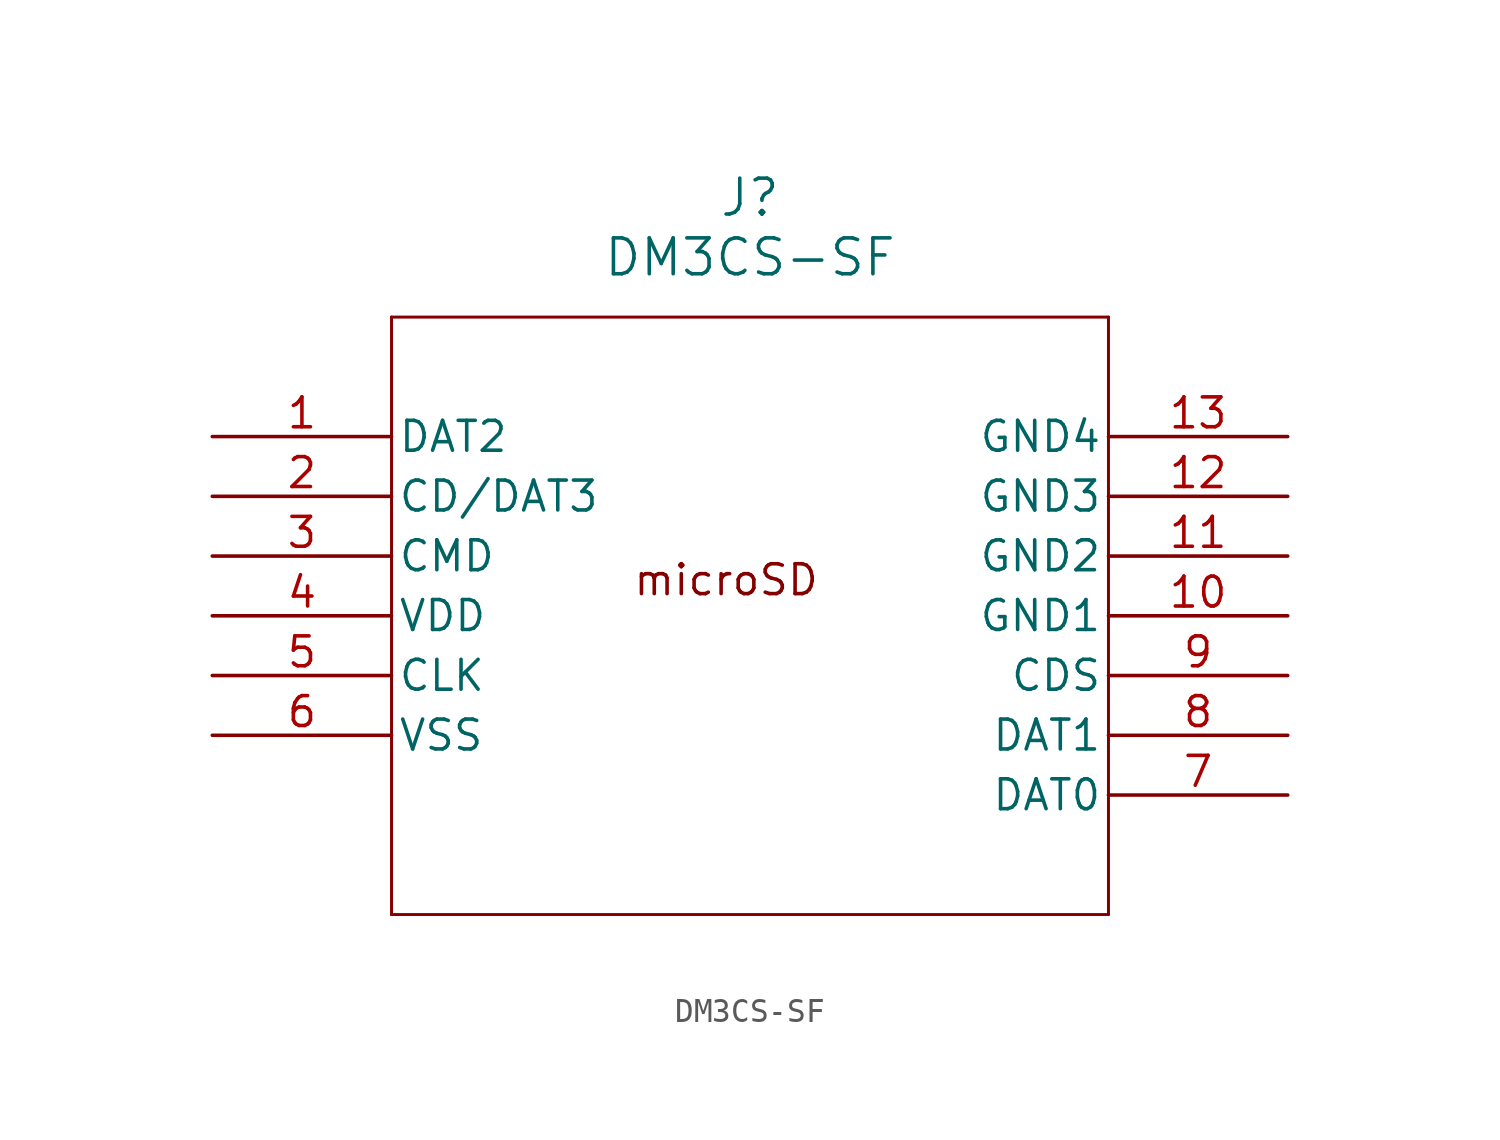
<source format=kicad_sym>
(kicad_symbol_lib
  (version 20231120)
  (generator "kicad_symbol_editor")
  (generator_version "8.0")
  (symbol "DM3CS-SF"
    (pin_names
      (offset 0.254))
    (property "Reference" "J"
      (at 22.86 10.16 0)
      (effects (font (size 1.524 1.524))))
    (property "Value" "DM3CS-SF"
      (at 22.86 7.62 0)
      (effects (font (size 1.524 1.524))))
    (property "ki_locked" ""
      (at 0 0 0)
      (effects (font (size 1.27 1.27))))
    (symbol "DM3CS-SF_0_1"
      (polyline (pts (xy 7.62 -20.32) (xy 38.1 -20.32)) (stroke (width 0.127) (type default)) (fill (type none)))
      (polyline (pts (xy 7.62 5.08) (xy 7.62 -20.32)) (stroke (width 0.127) (type default)) (fill (type none)))
      (polyline (pts (xy 38.1 -20.32) (xy 38.1 5.08)) (stroke (width 0.127) (type default)) (fill (type none)))
      (polyline (pts (xy 38.1 5.08) (xy 7.62 5.08)) (stroke (width 0.127) (type default)) (fill (type none)))
      (pin bidirectional line (at 0 0 0) (length 7.62) (name "DAT2" (effects (font (size 1.27 1.27)))) (number "1" (effects (font (size 1.27 1.27)))))
      (pin power_out line (at 45.72 -7.62 180) (length 7.62) (name "GND1" (effects (font (size 1.27 1.27)))) (number "10" (effects (font (size 1.27 1.27)))))
      (pin power_out line (at 45.72 -5.08 180) (length 7.62) (name "GND2" (effects (font (size 1.27 1.27)))) (number "11" (effects (font (size 1.27 1.27)))))
      (pin power_out line (at 45.72 -2.54 180) (length 7.62) (name "GND3" (effects (font (size 1.27 1.27)))) (number "12" (effects (font (size 1.27 1.27)))))
      (pin power_out line (at 45.72 0 180) (length 7.62) (name "GND4" (effects (font (size 1.27 1.27)))) (number "13" (effects (font (size 1.27 1.27)))))
      (pin unspecified line (at 0 -2.54 0) (length 7.62) (name "CD/DAT3" (effects (font (size 1.27 1.27)))) (number "2" (effects (font (size 1.27 1.27)))))
      (pin unspecified line (at 0 -5.08 0) (length 7.62) (name "CMD" (effects (font (size 1.27 1.27)))) (number "3" (effects (font (size 1.27 1.27)))))
      (pin power_in line (at 0 -7.62 0) (length 7.62) (name "VDD" (effects (font (size 1.27 1.27)))) (number "4" (effects (font (size 1.27 1.27)))))
      (pin unspecified line (at 0 -10.16 0) (length 7.62) (name "CLK" (effects (font (size 1.27 1.27)))) (number "5" (effects (font (size 1.27 1.27)))))
      (pin power_out line (at 0 -12.7 0) (length 7.62) (name "VSS" (effects (font (size 1.27 1.27)))) (number "6" (effects (font (size 1.27 1.27)))))
      (pin bidirectional line (at 45.72 -15.24 180) (length 7.62) (name "DAT0" (effects (font (size 1.27 1.27)))) (number "7" (effects (font (size 1.27 1.27)))))
      (pin bidirectional line (at 45.72 -12.7 180) (length 7.62) (name "DAT1" (effects (font (size 1.27 1.27)))) (number "8" (effects (font (size 1.27 1.27)))))
      (pin unspecified line (at 45.72 -10.16 180) (length 7.62) (name "CDS" (effects (font (size 1.27 1.27)))) (number "9" (effects (font (size 1.27 1.27))))))
    (symbol "DM3CS-SF_1_1"
      (text "microSD\n" (at 21.844 -6.096 0) (effects (font (size 1.27 1.27)))))))
</source>
